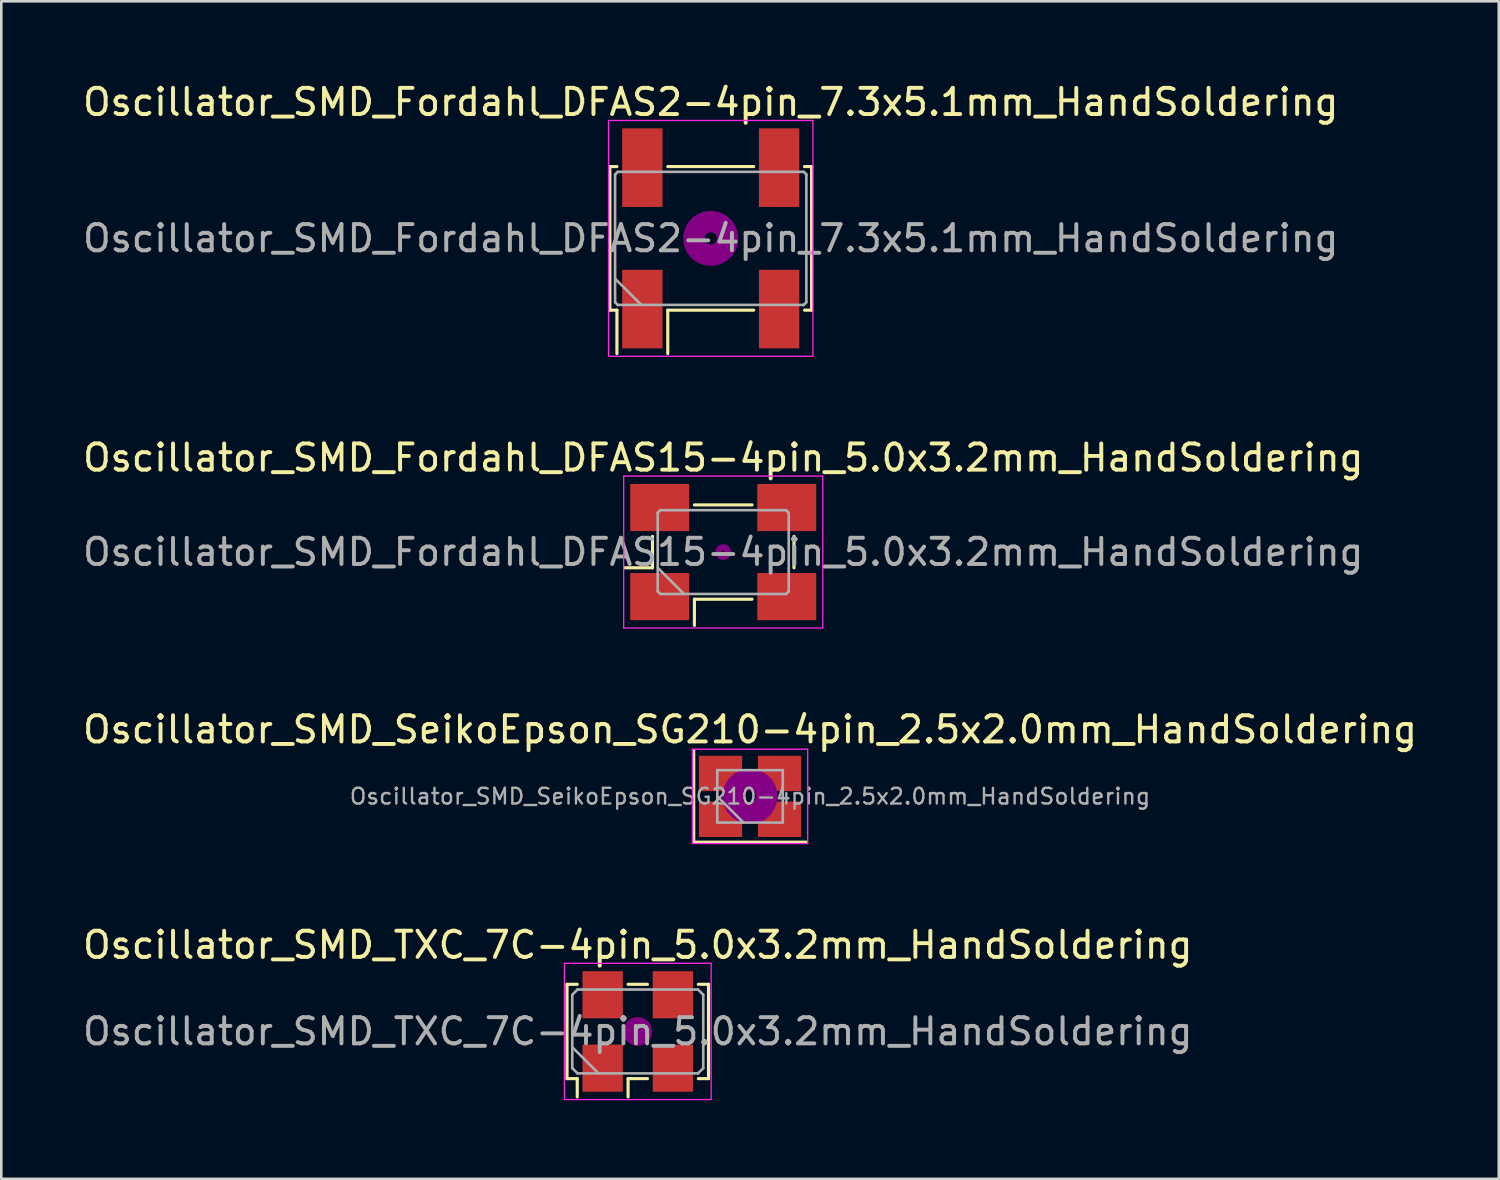
<source format=kicad_pcb>
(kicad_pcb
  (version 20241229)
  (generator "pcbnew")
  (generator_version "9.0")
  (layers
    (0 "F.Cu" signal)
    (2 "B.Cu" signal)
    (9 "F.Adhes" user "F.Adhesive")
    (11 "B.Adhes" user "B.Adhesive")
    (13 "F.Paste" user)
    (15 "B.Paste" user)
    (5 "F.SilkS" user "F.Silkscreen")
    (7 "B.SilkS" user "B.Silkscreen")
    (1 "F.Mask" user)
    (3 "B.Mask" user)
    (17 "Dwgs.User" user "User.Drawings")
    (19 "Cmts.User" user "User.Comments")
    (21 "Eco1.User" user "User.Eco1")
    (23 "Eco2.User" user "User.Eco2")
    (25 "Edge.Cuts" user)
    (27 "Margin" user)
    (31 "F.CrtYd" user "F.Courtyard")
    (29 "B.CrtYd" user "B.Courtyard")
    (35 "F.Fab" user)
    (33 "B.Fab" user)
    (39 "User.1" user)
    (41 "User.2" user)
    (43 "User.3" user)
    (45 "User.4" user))
  (footprint "Oscillator_SMD_TXC_7C-4pin_5.0x3.2mm_HandSoldering"
    (layer "F.Cu")
    (at 21.292 36.318)
    (property "Reference" "Oscillator_SMD_TXC_7C-4pin_5.0x3.2mm_HandSoldering" (at 0 -3.3 0) (layer "F.SilkS") (effects (font (size 1 1) (thickness 0.15))))
    (attr smd)
    (fp_line (start -2.7 -1.8) (end -2.31 -1.8) (stroke (width 0.12) (type solid)) (layer "F.SilkS"))
    (fp_line (start -2.7 1.8) (end -2.7 -1.8) (stroke (width 0.12) (type solid)) (layer "F.SilkS"))
    (fp_line (start -2.31 1.8) (end -2.7 1.8) (stroke (width 0.12) (type solid)) (layer "F.SilkS"))
    (fp_line (start -2.31 2.5) (end -2.31 1.8) (stroke (width 0.12) (type solid)) (layer "F.SilkS"))
    (fp_line (start -0.37 -1.8) (end 0.37 -1.8) (stroke (width 0.12) (type solid)) (layer "F.SilkS"))
    (fp_line (start -0.37 1.8) (end -0.37 2.5) (stroke (width 0.12) (type solid)) (layer "F.SilkS"))
    (fp_line (start 0.37 1.8) (end -0.37 1.8) (stroke (width 0.12) (type solid)) (layer "F.SilkS"))
    (fp_line (start 2.31 -1.8) (end 2.7 -1.8) (stroke (width 0.12) (type solid)) (layer "F.SilkS"))
    (fp_line (start 2.7 -1.8) (end 2.7 1.8) (stroke (width 0.12) (type solid)) (layer "F.SilkS"))
    (fp_line (start 2.7 1.8) (end 2.31 1.8) (stroke (width 0.12) (type solid)) (layer "F.SilkS"))
    (fp_circle (center 0 0) (end 0.117 0) (stroke (width 0.233) (type solid)) (fill no) (layer "F.Adhes"))
    (fp_circle (center 0 0) (end 0.267 0) (stroke (width 0.167) (type solid)) (fill no) (layer "F.Adhes"))
    (fp_circle (center 0 0) (end 0.417 0) (stroke (width 0.167) (type solid)) (fill no) (layer "F.Adhes"))
    (fp_circle (center 0 0) (end 0.5 0) (stroke (width 0.1) (type solid)) (fill no) (layer "F.Adhes"))
    (fp_line (start -2.8 -2.6) (end -2.8 2.6) (stroke (width 0.05) (type solid)) (layer "F.CrtYd"))
    (fp_line (start -2.8 2.6) (end 2.8 2.6) (stroke (width 0.05) (type solid)) (layer "F.CrtYd"))
    (fp_line (start 2.8 -2.6) (end -2.8 -2.6) (stroke (width 0.05) (type solid)) (layer "F.CrtYd"))
    (fp_line (start 2.8 2.6) (end 2.8 -2.6) (stroke (width 0.05) (type solid)) (layer "F.CrtYd"))
    (fp_line (start -2.5 -1.4) (end -2.3 -1.6) (stroke (width 0.1) (type solid)) (layer "F.Fab"))
    (fp_line (start -2.5 0.6) (end -1.5 1.6) (stroke (width 0.1) (type solid)) (layer "F.Fab"))
    (fp_line (start -2.5 1.4) (end -2.5 -1.4) (stroke (width 0.1) (type solid)) (layer "F.Fab"))
    (fp_line (start -2.3 -1.6) (end 2.3 -1.6) (stroke (width 0.1) (type solid)) (layer "F.Fab"))
    (fp_line (start -2.3 1.6) (end -2.5 1.4) (stroke (width 0.1) (type solid)) (layer "F.Fab"))
    (fp_line (start 2.3 -1.6) (end 2.5 -1.4) (stroke (width 0.1) (type solid)) (layer "F.Fab"))
    (fp_line (start 2.3 1.6) (end -2.3 1.6) (stroke (width 0.1) (type solid)) (layer "F.Fab"))
    (fp_line (start 2.5 -1.4) (end 2.5 1.4) (stroke (width 0.1) (type solid)) (layer "F.Fab"))
    (fp_line (start 2.5 1.4) (end 2.3 1.6) (stroke (width 0.1) (type solid)) (layer "F.Fab"))
    (fp_text user "${REFERENCE}" (at 0 0 0) (layer "F.Fab") (effects (font (size 1 1) (thickness 0.15))))
    (pad "1" smd rect (at -1.34 1.4) (size 1.54 1.8) (layers "F.Cu" "F.Mask" "F.Paste"))
    (pad "2" smd rect (at 1.34 1.4) (size 1.54 1.8) (layers "F.Cu" "F.Mask" "F.Paste"))
    (pad "3" smd rect (at 1.34 -1.4) (size 1.54 1.8) (layers "F.Cu" "F.Mask" "F.Paste"))
    (pad "4" smd rect (at -1.34 -1.4) (size 1.54 1.8) (layers "F.Cu" "F.Mask" "F.Paste")))
  (footprint "Oscillator_SMD_Fordahl_DFAS2-4pin_7.3x5.1mm_HandSoldering"
    (layer "F.Cu")
    (at 24.077 6.048)
    (property "Reference" "Oscillator_SMD_Fordahl_DFAS2-4pin_7.3x5.1mm_HandSoldering" (at 0 -5.2 0) (layer "F.SilkS") (effects (font (size 1 1) (thickness 0.15))))
    (attr smd)
    (fp_line (start -3.85 -2.74) (end -3.58 -2.74) (stroke (width 0.12) (type solid)) (layer "F.SilkS"))
    (fp_line (start -3.85 2.74) (end -3.85 -2.74) (stroke (width 0.12) (type solid)) (layer "F.SilkS"))
    (fp_line (start -3.58 2.74) (end -3.85 2.74) (stroke (width 0.12) (type solid)) (layer "F.SilkS"))
    (fp_line (start -3.58 4.4) (end -3.58 2.74) (stroke (width 0.12) (type solid)) (layer "F.SilkS"))
    (fp_line (start -1.64 -2.74) (end 1.64 -2.74) (stroke (width 0.12) (type solid)) (layer "F.SilkS"))
    (fp_line (start -1.64 2.74) (end -1.64 4.4) (stroke (width 0.12) (type solid)) (layer "F.SilkS"))
    (fp_line (start 1.64 2.74) (end -1.64 2.74) (stroke (width 0.12) (type solid)) (layer "F.SilkS"))
    (fp_line (start 3.58 -2.74) (end 3.85 -2.74) (stroke (width 0.12) (type solid)) (layer "F.SilkS"))
    (fp_line (start 3.85 -2.74) (end 3.85 2.74) (stroke (width 0.12) (type solid)) (layer "F.SilkS"))
    (fp_line (start 3.85 2.74) (end 3.58 2.74) (stroke (width 0.12) (type solid)) (layer "F.SilkS"))
    (fp_circle (center 0 0) (end 0.233 0) (stroke (width 0.467) (type solid)) (fill no) (layer "F.Adhes"))
    (fp_circle (center 0 0) (end 0.533 0) (stroke (width 0.333) (type solid)) (fill no) (layer "F.Adhes"))
    (fp_circle (center 0 0) (end 0.833 0) (stroke (width 0.333) (type solid)) (fill no) (layer "F.Adhes"))
    (fp_circle (center 0 0) (end 1 0) (stroke (width 0.1) (type solid)) (fill no) (layer "F.Adhes"))
    (fp_line (start -3.9 -4.5) (end -3.9 4.5) (stroke (width 0.05) (type solid)) (layer "F.CrtYd"))
    (fp_line (start -3.9 4.5) (end 3.9 4.5) (stroke (width 0.05) (type solid)) (layer "F.CrtYd"))
    (fp_line (start 3.9 -4.5) (end -3.9 -4.5) (stroke (width 0.05) (type solid)) (layer "F.CrtYd"))
    (fp_line (start 3.9 4.5) (end 3.9 -4.5) (stroke (width 0.05) (type solid)) (layer "F.CrtYd"))
    (fp_line (start -3.65 -2.44) (end -3.55 -2.54) (stroke (width 0.1) (type solid)) (layer "F.Fab"))
    (fp_line (start -3.65 1.54) (end -2.65 2.54) (stroke (width 0.1) (type solid)) (layer "F.Fab"))
    (fp_line (start -3.65 2.44) (end -3.65 -2.44) (stroke (width 0.1) (type solid)) (layer "F.Fab"))
    (fp_line (start -3.55 -2.54) (end 3.55 -2.54) (stroke (width 0.1) (type solid)) (layer "F.Fab"))
    (fp_line (start -3.55 2.54) (end -3.65 2.44) (stroke (width 0.1) (type solid)) (layer "F.Fab"))
    (fp_line (start 3.55 -2.54) (end 3.65 -2.44) (stroke (width 0.1) (type solid)) (layer "F.Fab"))
    (fp_line (start 3.55 2.54) (end -3.55 2.54) (stroke (width 0.1) (type solid)) (layer "F.Fab"))
    (fp_line (start 3.65 -2.44) (end 3.65 2.44) (stroke (width 0.1) (type solid)) (layer "F.Fab"))
    (fp_line (start 3.65 2.44) (end 3.55 2.54) (stroke (width 0.1) (type solid)) (layer "F.Fab"))
    (fp_text user "${REFERENCE}" (at 0 0 0) (layer "F.Fab") (effects (font (size 1 1) (thickness 0.15))))
    (pad "1" smd rect (at -2.61 2.7) (size 1.54 3) (layers "F.Cu" "F.Mask" "F.Paste"))
    (pad "2" smd rect (at 2.61 2.7) (size 1.54 3) (layers "F.Cu" "F.Mask" "F.Paste"))
    (pad "3" smd rect (at 2.61 -2.7) (size 1.54 3) (layers "F.Cu" "F.Mask" "F.Paste"))
    (pad "4" smd rect (at -2.61 -2.7) (size 1.54 3) (layers "F.Cu" "F.Mask" "F.Paste")))
  (footprint "Oscillator_SMD_Fordahl_DFAS15-4pin_5.0x3.2mm_HandSoldering"
    (layer "F.Cu")
    (at 24.554 18.021)
    (property "Reference" "Oscillator_SMD_Fordahl_DFAS15-4pin_5.0x3.2mm_HandSoldering" (at 0 -3.6 0) (layer "F.SilkS") (effects (font (size 1 1) (thickness 0.15))))
    (attr smd)
    (fp_line (start -3.75 0.6) (end -2.7 0.6) (stroke (width 0.12) (type solid)) (layer "F.SilkS"))
    (fp_line (start -2.7 0.6) (end -2.7 -0.6) (stroke (width 0.12) (type solid)) (layer "F.SilkS"))
    (fp_line (start -1.1 -1.8) (end 1.1 -1.8) (stroke (width 0.12) (type solid)) (layer "F.SilkS"))
    (fp_line (start -1.1 1.8) (end -1.1 2.8) (stroke (width 0.12) (type solid)) (layer "F.SilkS"))
    (fp_line (start 1.1 1.8) (end -1.1 1.8) (stroke (width 0.12) (type solid)) (layer "F.SilkS"))
    (fp_line (start 2.7 -0.6) (end 2.7 0.6) (stroke (width 0.12) (type solid)) (layer "F.SilkS"))
    (fp_circle (center 0 0) (end 0.058 0) (stroke (width 0.117) (type solid)) (fill no) (layer "F.Adhes"))
    (fp_circle (center 0 0) (end 0.133 0) (stroke (width 0.083) (type solid)) (fill no) (layer "F.Adhes"))
    (fp_circle (center 0 0) (end 0.208 0) (stroke (width 0.083) (type solid)) (fill no) (layer "F.Adhes"))
    (fp_circle (center 0 0) (end 0.25 0) (stroke (width 0.1) (type solid)) (fill no) (layer "F.Adhes"))
    (fp_line (start -3.8 -2.9) (end -3.8 2.9) (stroke (width 0.05) (type solid)) (layer "F.CrtYd"))
    (fp_line (start -3.8 2.9) (end 3.8 2.9) (stroke (width 0.05) (type solid)) (layer "F.CrtYd"))
    (fp_line (start 3.8 -2.9) (end -3.8 -2.9) (stroke (width 0.05) (type solid)) (layer "F.CrtYd"))
    (fp_line (start 3.8 2.9) (end 3.8 -2.9) (stroke (width 0.05) (type solid)) (layer "F.CrtYd"))
    (fp_line (start -2.5 -1.5) (end -2.4 -1.6) (stroke (width 0.1) (type solid)) (layer "F.Fab"))
    (fp_line (start -2.5 0.6) (end -1.5 1.6) (stroke (width 0.1) (type solid)) (layer "F.Fab"))
    (fp_line (start -2.5 1.5) (end -2.5 -1.5) (stroke (width 0.1) (type solid)) (layer "F.Fab"))
    (fp_line (start -2.4 -1.6) (end 2.4 -1.6) (stroke (width 0.1) (type solid)) (layer "F.Fab"))
    (fp_line (start -2.4 1.6) (end -2.5 1.5) (stroke (width 0.1) (type solid)) (layer "F.Fab"))
    (fp_line (start 2.4 -1.6) (end 2.5 -1.5) (stroke (width 0.1) (type solid)) (layer "F.Fab"))
    (fp_line (start 2.4 1.6) (end -2.4 1.6) (stroke (width 0.1) (type solid)) (layer "F.Fab"))
    (fp_line (start 2.5 -1.5) (end 2.5 1.5) (stroke (width 0.1) (type solid)) (layer "F.Fab"))
    (fp_line (start 2.5 1.5) (end 2.4 1.6) (stroke (width 0.1) (type solid)) (layer "F.Fab"))
    (fp_text user "${REFERENCE}" (at 0 0 0) (layer "F.Fab") (effects (font (size 1 1) (thickness 0.15))))
    (pad "1" smd rect (at -2.425 1.7) (size 2.25 1.8) (layers "F.Cu" "F.Mask" "F.Paste"))
    (pad "2" smd rect (at 2.425 1.7) (size 2.25 1.8) (layers "F.Cu" "F.Mask" "F.Paste"))
    (pad "3" smd rect (at 2.425 -1.7) (size 2.25 1.8) (layers "F.Cu" "F.Mask" "F.Paste"))
    (pad "4" smd rect (at -2.425 -1.7) (size 2.25 1.8) (layers "F.Cu" "F.Mask" "F.Paste")))
  (footprint "Oscillator_SMD_SeikoEpson_SG210-4pin_2.5x2.0mm_HandSoldering"
    (layer "F.Cu")
    (at 25.577 27.345)
    (property "Reference" "Oscillator_SMD_SeikoEpson_SG210-4pin_2.5x2.0mm_HandSoldering" (at 0 -2.55 0) (layer "F.SilkS") (effects (font (size 1 1) (thickness 0.15))))
    (attr smd)
    (fp_line (start -2.15 -1.75) (end -2.15 1.75) (stroke (width 0.12) (type solid)) (layer "F.SilkS"))
    (fp_line (start -2.15 1.75) (end 2.15 1.75) (stroke (width 0.12) (type solid)) (layer "F.SilkS"))
    (fp_circle (center 0 0) (end 0.233 0) (stroke (width 0.467) (type solid)) (fill no) (layer "F.Adhes"))
    (fp_circle (center 0 0) (end 0.533 0) (stroke (width 0.333) (type solid)) (fill no) (layer "F.Adhes"))
    (fp_circle (center 0 0) (end 0.833 0) (stroke (width 0.333) (type solid)) (fill no) (layer "F.Adhes"))
    (fp_circle (center 0 0) (end 1 0) (stroke (width 0.1) (type solid)) (fill no) (layer "F.Adhes"))
    (fp_line (start -2.2 -1.8) (end -2.2 1.8) (stroke (width 0.05) (type solid)) (layer "F.CrtYd"))
    (fp_line (start -2.2 1.8) (end 2.2 1.8) (stroke (width 0.05) (type solid)) (layer "F.CrtYd"))
    (fp_line (start 2.2 -1.8) (end -2.2 -1.8) (stroke (width 0.05) (type solid)) (layer "F.CrtYd"))
    (fp_line (start 2.2 1.8) (end 2.2 -1.8) (stroke (width 0.05) (type solid)) (layer "F.CrtYd"))
    (fp_line (start -1.25 -1) (end -1.25 1) (stroke (width 0.1) (type solid)) (layer "F.Fab"))
    (fp_line (start -1.25 0) (end -0.25 1) (stroke (width 0.1) (type solid)) (layer "F.Fab"))
    (fp_line (start -1.25 1) (end 1.25 1) (stroke (width 0.1) (type solid)) (layer "F.Fab"))
    (fp_line (start 1.25 -1) (end -1.25 -1) (stroke (width 0.1) (type solid)) (layer "F.Fab"))
    (fp_line (start 1.25 1) (end 1.25 -1) (stroke (width 0.1) (type solid)) (layer "F.Fab"))
    (fp_text user "${REFERENCE}" (at 0 0 0) (layer "F.Fab") (effects (font (size 0.6 0.6) (thickness 0.09))))
    (pad "1" smd rect (at -1.125 0.875) (size 1.65 1.35) (layers "F.Cu" "F.Mask" "F.Paste"))
    (pad "2" smd rect (at 1.125 0.875) (size 1.65 1.35) (layers "F.Cu" "F.Mask" "F.Paste"))
    (pad "3" smd rect (at 1.125 -0.875) (size 1.65 1.35) (layers "F.Cu" "F.Mask" "F.Paste"))
    (pad "4" smd rect (at -1.125 -0.875) (size 1.65 1.35) (layers "F.Cu" "F.Mask" "F.Paste")))
  (gr_rect
    (start -3 -3)
    (end 54.155 41.943)
    (stroke (width 0.1) (type default))
    (fill no)
    (layer "Edge.Cuts")))
</source>
